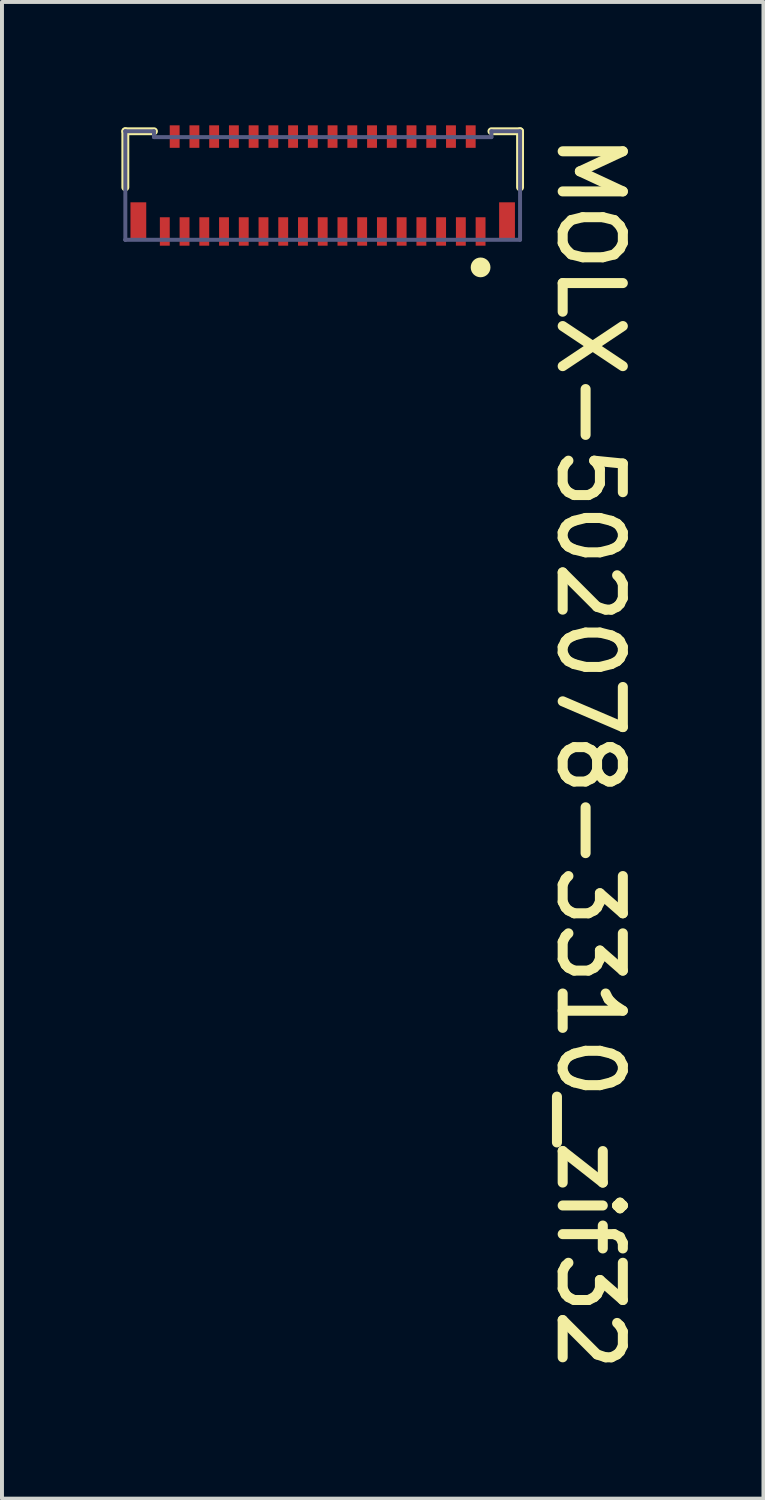
<source format=kicad_pcb>
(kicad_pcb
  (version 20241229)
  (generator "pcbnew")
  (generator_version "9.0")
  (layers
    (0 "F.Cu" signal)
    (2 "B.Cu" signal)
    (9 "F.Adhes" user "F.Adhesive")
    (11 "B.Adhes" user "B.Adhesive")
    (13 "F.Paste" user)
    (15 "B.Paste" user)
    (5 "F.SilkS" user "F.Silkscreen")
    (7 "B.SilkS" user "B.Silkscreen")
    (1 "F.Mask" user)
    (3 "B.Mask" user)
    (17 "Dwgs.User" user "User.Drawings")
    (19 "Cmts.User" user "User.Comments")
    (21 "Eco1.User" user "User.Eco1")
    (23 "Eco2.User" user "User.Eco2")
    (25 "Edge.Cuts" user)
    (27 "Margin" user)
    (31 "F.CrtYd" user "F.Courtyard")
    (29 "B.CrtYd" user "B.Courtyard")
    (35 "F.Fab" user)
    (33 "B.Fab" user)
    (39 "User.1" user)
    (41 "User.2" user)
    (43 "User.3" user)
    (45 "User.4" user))
  (footprint "MOLX-502078-3310_zif32"
    (layer "F.Cu")
    (at 5.125 1.612)
    (property "Reference" "MOLX-502078-3310_zif32" (at 5.88 -1.359 270) (unlocked yes) (layer "F.SilkS") (effects (font (size 1.524 1.524) (thickness 0.254)) (justify left bottom)))
    (fp_line (start -5 0.084) (end -5 -1.337) (stroke (width 0.2) (type solid)) (layer "F.SilkS"))
    (fp_line (start -4.275 -1.337) (end -5 -1.337) (stroke (width 0.2) (type solid)) (layer "F.SilkS"))
    (fp_line (start 5 -1.337) (end 4.275 -1.337) (stroke (width 0.2) (type solid)) (layer "F.SilkS"))
    (fp_line (start 5 0.084) (end 5 -1.337) (stroke (width 0.2) (type solid)) (layer "F.SilkS"))
    (fp_circle (center 4 2.112) (end 3.875 2.112) (stroke (width 0.25) (type solid)) (fill no) (layer "F.SilkS"))
    (fp_line (start -5.1 1.662) (end -5.1 -1.587) (stroke (width 0.05) (type solid)) (layer "Eco1.User"))
    (fp_line (start 0 0.5) (end 0 -0.5) (stroke (width 0.1) (type solid)) (layer "Eco1.User"))
    (fp_line (start 0.5 0) (end -0.5 0) (stroke (width 0.1) (type solid)) (layer "Eco1.User"))
    (fp_line (start 5.1 -1.587) (end -5.1 -1.587) (stroke (width 0.05) (type solid)) (layer "Eco1.User"))
    (fp_line (start 5.1 1.662) (end -5.1 1.662) (stroke (width 0.05) (type solid)) (layer "Eco1.User"))
    (fp_line (start 5.1 1.662) (end 5.1 -1.587) (stroke (width 0.05) (type solid)) (layer "Eco1.User"))
    (fp_line (start -5 -1.338) (end -5 -1.338) (stroke (width 0.1) (type solid)) (layer "B.Fab"))
    (fp_line (start -5 1.412) (end -5 -1.338) (stroke (width 0.1) (type solid)) (layer "B.Fab"))
    (fp_line (start -5 1.413) (end -5 1.412) (stroke (width 0.1) (type solid)) (layer "B.Fab"))
    (fp_line (start -4.275 -1.338) (end -5 -1.338) (stroke (width 0.1) (type solid)) (layer "B.Fab"))
    (fp_line (start -4.275 -1.188) (end -4.275 -1.338) (stroke (width 0.1) (type solid)) (layer "B.Fab"))
    (fp_line (start 4.275 -1.188) (end -4.275 -1.188) (stroke (width 0.1) (type solid)) (layer "B.Fab"))
    (fp_line (start 4.275 -1.188) (end 4.275 -1.337) (stroke (width 0.1) (type solid)) (layer "B.Fab"))
    (fp_line (start 5 -1.337) (end 4.275 -1.337) (stroke (width 0.1) (type solid)) (layer "B.Fab"))
    (fp_line (start 5 1.413) (end -5 1.413) (stroke (width 0.1) (type solid)) (layer "B.Fab"))
    (fp_line (start 5 1.413) (end 5 -1.338) (stroke (width 0.1) (type solid)) (layer "B.Fab"))
    (pad "1" smd rect (at 4 1.202) (size 0.25 0.72) (layers "F.Cu" "F.Mask" "F.Paste"))
    (pad "2" smd rect (at 3.75 -1.202) (size 0.25 0.57) (layers "F.Cu" "F.Mask" "F.Paste"))
    (pad "3" smd rect (at 3.5 1.202) (size 0.25 0.72) (layers "F.Cu" "F.Mask" "F.Paste"))
    (pad "4" smd rect (at 3.25 -1.202) (size 0.25 0.57) (layers "F.Cu" "F.Mask" "F.Paste"))
    (pad "5" smd rect (at 3 1.202) (size 0.25 0.72) (layers "F.Cu" "F.Mask" "F.Paste"))
    (pad "6" smd rect (at 2.75 -1.202) (size 0.25 0.57) (layers "F.Cu" "F.Mask" "F.Paste"))
    (pad "7" smd rect (at 2.5 1.202) (size 0.25 0.72) (layers "F.Cu" "F.Mask" "F.Paste"))
    (pad "8" smd rect (at 2.25 -1.202) (size 0.25 0.57) (layers "F.Cu" "F.Mask" "F.Paste"))
    (pad "9" smd rect (at 2 1.202) (size 0.25 0.72) (layers "F.Cu" "F.Mask" "F.Paste"))
    (pad "10" smd rect (at 1.75 -1.202) (size 0.25 0.57) (layers "F.Cu" "F.Mask" "F.Paste"))
    (pad "11" smd rect (at 1.5 1.202) (size 0.25 0.72) (layers "F.Cu" "F.Mask" "F.Paste"))
    (pad "12" smd rect (at 1.25 -1.202) (size 0.25 0.57) (layers "F.Cu" "F.Mask" "F.Paste"))
    (pad "13" smd rect (at 1 1.202) (size 0.25 0.72) (layers "F.Cu" "F.Mask" "F.Paste"))
    (pad "14" smd rect (at 0.75 -1.202) (size 0.25 0.57) (layers "F.Cu" "F.Mask" "F.Paste"))
    (pad "15" smd rect (at 0.5 1.202) (size 0.25 0.72) (layers "F.Cu" "F.Mask" "F.Paste"))
    (pad "16" smd rect (at 0.25 -1.202) (size 0.25 0.57) (layers "F.Cu" "F.Mask" "F.Paste"))
    (pad "17" smd rect (at 0 1.202) (size 0.25 0.72) (layers "F.Cu" "F.Mask" "F.Paste"))
    (pad "18" smd rect (at -0.25 -1.202) (size 0.25 0.57) (layers "F.Cu" "F.Mask" "F.Paste"))
    (pad "19" smd rect (at -0.5 1.202) (size 0.25 0.72) (layers "F.Cu" "F.Mask" "F.Paste"))
    (pad "20" smd rect (at -0.75 -1.202) (size 0.25 0.57) (layers "F.Cu" "F.Mask" "F.Paste"))
    (pad "21" smd rect (at -1 1.202) (size 0.25 0.72) (layers "F.Cu" "F.Mask" "F.Paste"))
    (pad "22" smd rect (at -1.25 -1.202) (size 0.25 0.57) (layers "F.Cu" "F.Mask" "F.Paste"))
    (pad "23" smd rect (at -1.5 1.202) (size 0.25 0.72) (layers "F.Cu" "F.Mask" "F.Paste"))
    (pad "24" smd rect (at -1.75 -1.202) (size 0.25 0.57) (layers "F.Cu" "F.Mask" "F.Paste"))
    (pad "25" smd rect (at -2 1.202) (size 0.25 0.72) (layers "F.Cu" "F.Mask" "F.Paste"))
    (pad "26" smd rect (at -2.25 -1.202) (size 0.25 0.57) (layers "F.Cu" "F.Mask" "F.Paste"))
    (pad "27" smd rect (at -2.5 1.202) (size 0.25 0.72) (layers "F.Cu" "F.Mask" "F.Paste"))
    (pad "28" smd rect (at -2.75 -1.202) (size 0.25 0.57) (layers "F.Cu" "F.Mask" "F.Paste"))
    (pad "29" smd rect (at -3 1.202) (size 0.25 0.72) (layers "F.Cu" "F.Mask" "F.Paste"))
    (pad "30" smd rect (at -3.25 -1.202) (size 0.25 0.57) (layers "F.Cu" "F.Mask" "F.Paste"))
    (pad "31" smd rect (at -3.5 1.202) (size 0.25 0.72) (layers "F.Cu" "F.Mask" "F.Paste"))
    (pad "32" smd rect (at -3.75 -1.202) (size 0.25 0.57) (layers "F.Cu" "F.Mask" "F.Paste"))
    (pad "33" smd rect (at -4 1.202) (size 0.25 0.72) (layers "F.Cu" "F.Mask" "F.Paste"))
    (pad "MP1" smd rect (at 4.67 0.938) (size 0.4 0.95) (layers "F.Cu" "F.Mask" "F.Paste"))
    (pad "MP2" smd rect (at -4.67 0.938) (size 0.4 0.95) (layers "F.Cu" "F.Mask" "F.Paste")))
  (gr_rect
    (start -3 -3)
    (end 16.291 34.916)
    (stroke (width 0.1) (type default))
    (fill no)
    (layer "Edge.Cuts")))
</source>
